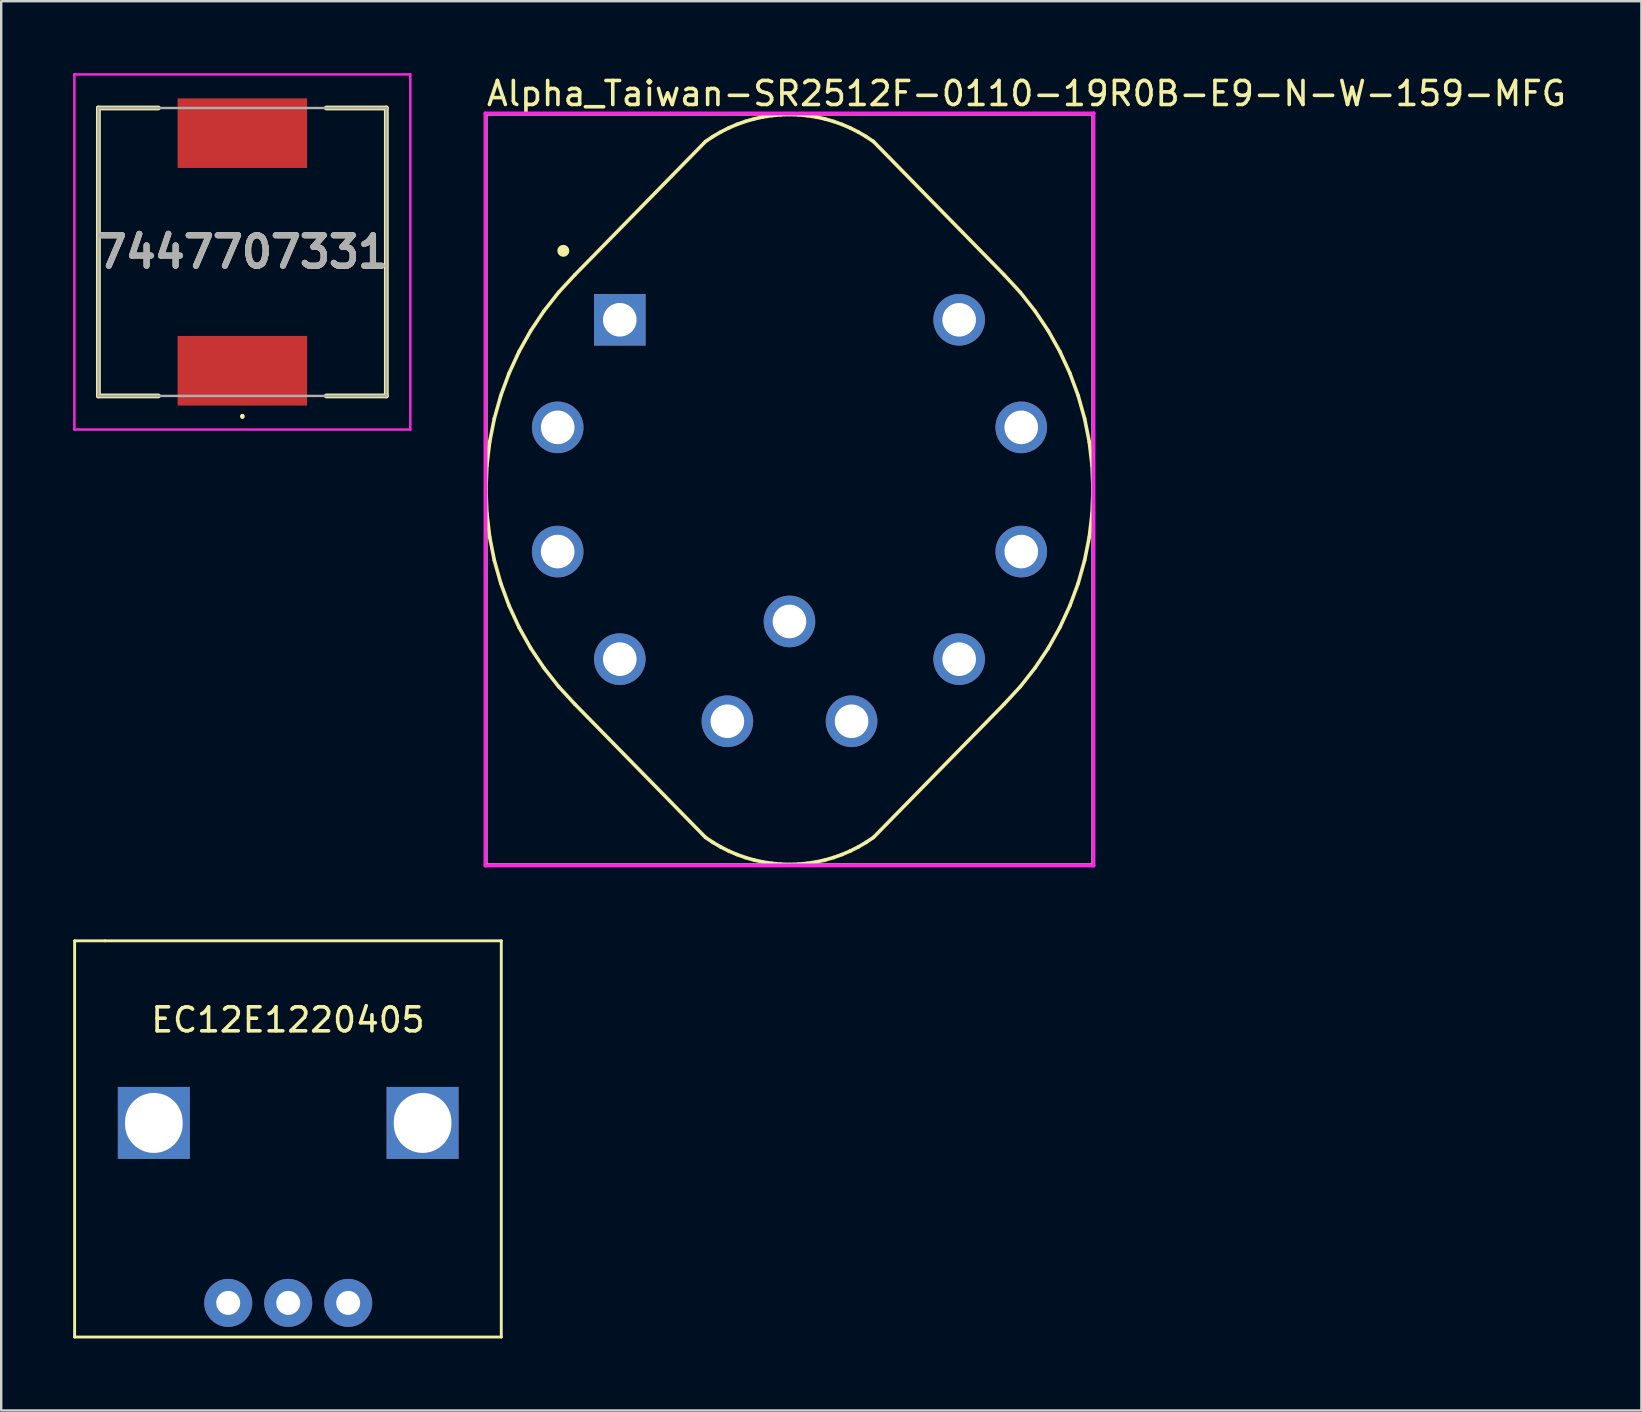
<source format=kicad_pcb>
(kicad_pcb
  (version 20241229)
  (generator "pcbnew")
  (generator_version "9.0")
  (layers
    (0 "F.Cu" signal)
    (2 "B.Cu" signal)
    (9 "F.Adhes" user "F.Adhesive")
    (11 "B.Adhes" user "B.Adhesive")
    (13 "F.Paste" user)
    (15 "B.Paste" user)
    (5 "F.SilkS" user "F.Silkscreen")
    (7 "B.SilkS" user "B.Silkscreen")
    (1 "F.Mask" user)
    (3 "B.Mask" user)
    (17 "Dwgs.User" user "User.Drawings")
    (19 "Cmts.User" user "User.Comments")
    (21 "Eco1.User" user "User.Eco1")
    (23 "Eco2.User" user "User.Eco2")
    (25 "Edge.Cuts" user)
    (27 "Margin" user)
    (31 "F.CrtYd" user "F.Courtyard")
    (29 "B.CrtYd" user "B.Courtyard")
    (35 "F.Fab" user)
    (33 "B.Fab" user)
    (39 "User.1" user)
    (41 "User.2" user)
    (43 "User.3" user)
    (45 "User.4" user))
  (footprint "EC12E1220405"
    (layer "F.Cu")
    (at 8.95 38.952)
    (property "Reference" "EC12E1220405" (at 0 0.5 0) (layer "F.SilkS") (effects (font (size 1 1) (thickness 0.15))))
    (attr through_hole)
    (fp_line (start -8.89 -2.794) (end -7.62 -2.794) (stroke (width 0.12) (type solid)) (layer "F.SilkS"))
    (fp_line (start -8.89 13.716) (end -8.89 -2.794) (stroke (width 0.12) (type solid)) (layer "F.SilkS"))
    (fp_line (start -7.62 -2.794) (end 8.89 -2.794) (stroke (width 0.12) (type solid)) (layer "F.SilkS"))
    (fp_line (start 8.89 -2.794) (end 8.89 13.716) (stroke (width 0.12) (type solid)) (layer "F.SilkS"))
    (fp_line (start 8.89 13.716) (end -8.89 13.716) (stroke (width 0.12) (type solid)) (layer "F.SilkS"))
    (pad "" thru_hole rect (at -5.589 4.794) (size 3 3) (drill oval 2.4 2.5) (layers "*.Cu" "*.Mask"))
    (pad "" thru_hole rect (at 5.611 4.794) (size 3 3) (drill oval 2.4 2.5) (layers "*.Cu" "*.Mask"))
    (pad "1" thru_hole circle (at -2.489 12.294) (size 2 2) (drill 1) (layers "*.Cu" "*.Mask"))
    (pad "2" thru_hole circle (at 0.011 12.294) (size 2 2) (drill 1) (layers "*.Cu" "*.Mask"))
    (pad "3" thru_hole circle (at 2.511 12.294) (size 2 2) (drill 1) (layers "*.Cu" "*.Mask")))
  (footprint "Alpha_Taiwan-SR2512F-0110-19R0B-E9-N-W-159-MFG"
    (layer "F.Cu")
    (at 29.85 17.348)
    (property "Reference" "Alpha_Taiwan-SR2512F-0110-19R0B-E9-N-W-159-MFG" (at -12.7 -16.5 0) (layer "F.SilkS") (effects (font (size 1 1) (thickness 0.15)) (justify left)))
    (attr through_hole)
    (fp_line (start -12.65 0) (end -12.611 0.993) (stroke (width 0.15) (type solid)) (layer "F.SilkS"))
    (fp_line (start -12.611 -0.993) (end -12.65 0) (stroke (width 0.15) (type solid)) (layer "F.SilkS"))
    (fp_line (start -12.611 0.993) (end -12.494 1.979) (stroke (width 0.15) (type solid)) (layer "F.SilkS"))
    (fp_line (start -12.494 -1.979) (end -12.611 -0.993) (stroke (width 0.15) (type solid)) (layer "F.SilkS"))
    (fp_line (start -12.494 1.979) (end -12.3 2.953) (stroke (width 0.15) (type solid)) (layer "F.SilkS"))
    (fp_line (start -12.3 -2.953) (end -12.494 -1.979) (stroke (width 0.15) (type solid)) (layer "F.SilkS"))
    (fp_line (start -12.3 2.953) (end -12.031 3.909) (stroke (width 0.15) (type solid)) (layer "F.SilkS"))
    (fp_line (start -12.031 -3.909) (end -12.3 -2.953) (stroke (width 0.15) (type solid)) (layer "F.SilkS"))
    (fp_line (start -12.031 3.909) (end -11.687 4.841) (stroke (width 0.15) (type solid)) (layer "F.SilkS"))
    (fp_line (start -11.687 -4.841) (end -12.031 -3.909) (stroke (width 0.15) (type solid)) (layer "F.SilkS"))
    (fp_line (start -11.687 4.841) (end -11.271 5.743) (stroke (width 0.15) (type solid)) (layer "F.SilkS"))
    (fp_line (start -11.271 -5.743) (end -11.687 -4.841) (stroke (width 0.15) (type solid)) (layer "F.SilkS"))
    (fp_line (start -11.271 5.743) (end -10.786 6.61) (stroke (width 0.15) (type solid)) (layer "F.SilkS"))
    (fp_line (start -10.786 -6.61) (end -11.271 -5.743) (stroke (width 0.15) (type solid)) (layer "F.SilkS"))
    (fp_line (start -10.786 6.61) (end -10.234 7.435) (stroke (width 0.15) (type solid)) (layer "F.SilkS"))
    (fp_line (start -10.234 -7.435) (end -10.786 -6.61) (stroke (width 0.15) (type solid)) (layer "F.SilkS"))
    (fp_line (start -10.234 7.435) (end -9.619 8.216) (stroke (width 0.15) (type solid)) (layer "F.SilkS"))
    (fp_line (start -9.619 -8.216) (end -10.234 -7.435) (stroke (width 0.15) (type solid)) (layer "F.SilkS"))
    (fp_line (start -9.619 8.216) (end -8.945 8.945) (stroke (width 0.15) (type solid)) (layer "F.SilkS"))
    (fp_line (start -8.945 -8.945) (end -3.5 -14.5) (stroke (width 0.15) (type solid)) (layer "F.SilkS"))
    (fp_line (start -8.945 -8.945) (end -9.619 -8.216) (stroke (width 0.15) (type solid)) (layer "F.SilkS"))
    (fp_line (start -3.5 -14.5) (end -3.19 -14.708) (stroke (width 0.15) (type solid)) (layer "F.SilkS"))
    (fp_line (start -3.5 14.5) (end -8.945 8.945) (stroke (width 0.15) (type solid)) (layer "F.SilkS"))
    (fp_line (start -3.19 -14.708) (end -2.867 -14.897) (stroke (width 0.15) (type solid)) (layer "F.SilkS"))
    (fp_line (start -3.19 14.708) (end -3.5 14.5) (stroke (width 0.15) (type solid)) (layer "F.SilkS"))
    (fp_line (start -2.867 -14.897) (end -2.534 -15.065) (stroke (width 0.15) (type solid)) (layer "F.SilkS"))
    (fp_line (start -2.867 14.897) (end -3.19 14.708) (stroke (width 0.15) (type solid)) (layer "F.SilkS"))
    (fp_line (start -2.534 -15.065) (end -2.19 -15.213) (stroke (width 0.15) (type solid)) (layer "F.SilkS"))
    (fp_line (start -2.534 15.065) (end -2.867 14.897) (stroke (width 0.15) (type solid)) (layer "F.SilkS"))
    (fp_line (start -2.19 -15.213) (end -1.838 -15.338) (stroke (width 0.15) (type solid)) (layer "F.SilkS"))
    (fp_line (start -2.19 15.213) (end -2.534 15.065) (stroke (width 0.15) (type solid)) (layer "F.SilkS"))
    (fp_line (start -1.838 -15.338) (end -1.479 -15.441) (stroke (width 0.15) (type solid)) (layer "F.SilkS"))
    (fp_line (start -1.838 15.338) (end -2.19 15.213) (stroke (width 0.15) (type solid)) (layer "F.SilkS"))
    (fp_line (start -1.479 -15.441) (end -1.115 -15.522) (stroke (width 0.15) (type solid)) (layer "F.SilkS"))
    (fp_line (start -1.479 15.441) (end -1.838 15.338) (stroke (width 0.15) (type solid)) (layer "F.SilkS"))
    (fp_line (start -1.115 -15.522) (end -0.745 -15.58) (stroke (width 0.15) (type solid)) (layer "F.SilkS"))
    (fp_line (start -1.115 15.522) (end -1.479 15.441) (stroke (width 0.15) (type solid)) (layer "F.SilkS"))
    (fp_line (start -0.745 -15.58) (end -0.373 -15.615) (stroke (width 0.15) (type solid)) (layer "F.SilkS"))
    (fp_line (start -0.745 15.58) (end -1.115 15.522) (stroke (width 0.15) (type solid)) (layer "F.SilkS"))
    (fp_line (start -0.373 -15.615) (end 0 -15.627) (stroke (width 0.15) (type solid)) (layer "F.SilkS"))
    (fp_line (start -0.373 15.615) (end -0.745 15.58) (stroke (width 0.15) (type solid)) (layer "F.SilkS"))
    (fp_line (start 0 -15.627) (end 0.373 -15.615) (stroke (width 0.15) (type solid)) (layer "F.SilkS"))
    (fp_line (start 0 15.627) (end -0.373 15.615) (stroke (width 0.15) (type solid)) (layer "F.SilkS"))
    (fp_line (start 0.373 -15.615) (end 0.745 -15.58) (stroke (width 0.15) (type solid)) (layer "F.SilkS"))
    (fp_line (start 0.373 15.615) (end 0 15.627) (stroke (width 0.15) (type solid)) (layer "F.SilkS"))
    (fp_line (start 0.745 -15.58) (end 1.115 -15.522) (stroke (width 0.15) (type solid)) (layer "F.SilkS"))
    (fp_line (start 0.745 15.58) (end 0.373 15.615) (stroke (width 0.15) (type solid)) (layer "F.SilkS"))
    (fp_line (start 1.115 -15.522) (end 1.479 -15.441) (stroke (width 0.15) (type solid)) (layer "F.SilkS"))
    (fp_line (start 1.115 15.522) (end 0.745 15.58) (stroke (width 0.15) (type solid)) (layer "F.SilkS"))
    (fp_line (start 1.479 -15.441) (end 1.838 -15.338) (stroke (width 0.15) (type solid)) (layer "F.SilkS"))
    (fp_line (start 1.479 15.441) (end 1.115 15.522) (stroke (width 0.15) (type solid)) (layer "F.SilkS"))
    (fp_line (start 1.838 -15.338) (end 2.19 -15.213) (stroke (width 0.15) (type solid)) (layer "F.SilkS"))
    (fp_line (start 1.838 15.338) (end 1.479 15.441) (stroke (width 0.15) (type solid)) (layer "F.SilkS"))
    (fp_line (start 2.19 -15.213) (end 2.534 -15.065) (stroke (width 0.15) (type solid)) (layer "F.SilkS"))
    (fp_line (start 2.19 15.213) (end 1.838 15.338) (stroke (width 0.15) (type solid)) (layer "F.SilkS"))
    (fp_line (start 2.534 -15.065) (end 2.867 -14.897) (stroke (width 0.15) (type solid)) (layer "F.SilkS"))
    (fp_line (start 2.534 15.065) (end 2.19 15.213) (stroke (width 0.15) (type solid)) (layer "F.SilkS"))
    (fp_line (start 2.867 -14.897) (end 3.19 -14.708) (stroke (width 0.15) (type solid)) (layer "F.SilkS"))
    (fp_line (start 2.867 14.897) (end 2.534 15.065) (stroke (width 0.15) (type solid)) (layer "F.SilkS"))
    (fp_line (start 3.19 -14.708) (end 3.5 -14.5) (stroke (width 0.15) (type solid)) (layer "F.SilkS"))
    (fp_line (start 3.19 14.708) (end 2.867 14.897) (stroke (width 0.15) (type solid)) (layer "F.SilkS"))
    (fp_line (start 3.5 -14.5) (end 8.945 -8.945) (stroke (width 0.15) (type solid)) (layer "F.SilkS"))
    (fp_line (start 3.5 14.5) (end 3.19 14.708) (stroke (width 0.15) (type solid)) (layer "F.SilkS"))
    (fp_line (start 8.945 -8.945) (end 9.619 -8.216) (stroke (width 0.15) (type solid)) (layer "F.SilkS"))
    (fp_line (start 8.945 8.945) (end 3.5 14.5) (stroke (width 0.15) (type solid)) (layer "F.SilkS"))
    (fp_line (start 9.619 -8.216) (end 10.234 -7.435) (stroke (width 0.15) (type solid)) (layer "F.SilkS"))
    (fp_line (start 9.619 8.216) (end 8.945 8.945) (stroke (width 0.15) (type solid)) (layer "F.SilkS"))
    (fp_line (start 10.234 -7.435) (end 10.786 -6.61) (stroke (width 0.15) (type solid)) (layer "F.SilkS"))
    (fp_line (start 10.234 7.435) (end 9.619 8.216) (stroke (width 0.15) (type solid)) (layer "F.SilkS"))
    (fp_line (start 10.786 -6.61) (end 11.271 -5.743) (stroke (width 0.15) (type solid)) (layer "F.SilkS"))
    (fp_line (start 10.786 6.61) (end 10.234 7.435) (stroke (width 0.15) (type solid)) (layer "F.SilkS"))
    (fp_line (start 11.271 -5.743) (end 11.687 -4.841) (stroke (width 0.15) (type solid)) (layer "F.SilkS"))
    (fp_line (start 11.271 5.743) (end 10.786 6.61) (stroke (width 0.15) (type solid)) (layer "F.SilkS"))
    (fp_line (start 11.687 -4.841) (end 12.031 -3.909) (stroke (width 0.15) (type solid)) (layer "F.SilkS"))
    (fp_line (start 11.687 4.841) (end 11.271 5.743) (stroke (width 0.15) (type solid)) (layer "F.SilkS"))
    (fp_line (start 12.031 -3.909) (end 12.3 -2.953) (stroke (width 0.15) (type solid)) (layer "F.SilkS"))
    (fp_line (start 12.031 3.909) (end 11.687 4.841) (stroke (width 0.15) (type solid)) (layer "F.SilkS"))
    (fp_line (start 12.3 -2.953) (end 12.494 -1.979) (stroke (width 0.15) (type solid)) (layer "F.SilkS"))
    (fp_line (start 12.3 2.953) (end 12.031 3.909) (stroke (width 0.15) (type solid)) (layer "F.SilkS"))
    (fp_line (start 12.494 -1.979) (end 12.611 -0.993) (stroke (width 0.15) (type solid)) (layer "F.SilkS"))
    (fp_line (start 12.494 1.979) (end 12.3 2.953) (stroke (width 0.15) (type solid)) (layer "F.SilkS"))
    (fp_line (start 12.611 -0.993) (end 12.65 -0.000001) (stroke (width 0.15) (type solid)) (layer "F.SilkS"))
    (fp_line (start 12.611 0.993) (end 12.494 1.979) (stroke (width 0.15) (type solid)) (layer "F.SilkS"))
    (fp_line (start 12.65 -0.000001) (end 12.611 0.993) (stroke (width 0.15) (type solid)) (layer "F.SilkS"))
    (fp_circle (center -9.425 -9.946) (end -9.3 -9.946) (stroke (width 0.25) (type solid)) (fill no) (layer "F.SilkS"))
    (fp_line (start -12.675 -15.675) (end -12.675 15.675) (stroke (width 0.15) (type solid)) (layer "F.CrtYd"))
    (fp_line (start -12.675 15.675) (end 12.675 15.675) (stroke (width 0.15) (type solid)) (layer "F.CrtYd"))
    (fp_line (start 12.675 -15.675) (end -12.675 -15.675) (stroke (width 0.15) (type solid)) (layer "F.CrtYd"))
    (fp_line (start 12.675 -15.675) (end 12.675 -15.675) (stroke (width 0.15) (type solid)) (layer "F.CrtYd"))
    (fp_line (start 12.675 15.675) (end 12.675 -15.675) (stroke (width 0.15) (type solid)) (layer "F.CrtYd"))
    (fp_line (start -12.65 -15.65) (end 12.65 -15.65) (stroke (width 0.15) (type solid)) (layer "F.Fab"))
    (fp_line (start -12.65 15.65) (end -12.65 -15.65) (stroke (width 0.15) (type solid)) (layer "F.Fab"))
    (fp_line (start 12.65 -15.65) (end 12.65 15.65) (stroke (width 0.15) (type solid)) (layer "F.Fab"))
    (fp_line (start 12.65 15.65) (end -12.65 15.65) (stroke (width 0.15) (type solid)) (layer "F.Fab"))
    (pad "1" thru_hole rect (at -7.071 -7.071) (size 2.15 2.15) (drill 1.4) (layers "*.Cu"))
    (pad "2" thru_hole circle (at -9.659 -2.588) (size 2.15 2.15) (drill 1.4) (layers "*.Cu"))
    (pad "3" thru_hole circle (at -9.659 2.588) (size 2.15 2.15) (drill 1.4) (layers "*.Cu"))
    (pad "4" thru_hole circle (at -7.071 7.071) (size 2.15 2.15) (drill 1.4) (layers "*.Cu"))
    (pad "5" thru_hole circle (at -2.588 9.659) (size 2.15 2.15) (drill 1.4) (layers "*.Cu"))
    (pad "6" thru_hole circle (at 2.588 9.659) (size 2.15 2.15) (drill 1.4) (layers "*.Cu"))
    (pad "7" thru_hole circle (at 7.071 7.071) (size 2.15 2.15) (drill 1.4) (layers "*.Cu"))
    (pad "8" thru_hole circle (at 9.659 2.588) (size 2.15 2.15) (drill 1.4) (layers "*.Cu"))
    (pad "9" thru_hole circle (at 9.659 -2.588) (size 2.15 2.15) (drill 1.4) (layers "*.Cu"))
    (pad "10" thru_hole circle (at 7.071 -7.071) (size 2.15 2.15) (drill 1.4) (layers "*.Cu"))
    (pad "11" thru_hole circle (at 0 5.5) (size 2.15 2.15) (drill 1.4) (layers "*.Cu")))
  (footprint "7447707331"
    (layer "F.Cu")
    (at 7.05 7.45)
    (property "Reference" "7447707331" (at 0 0 0) (layer "F.SilkS") (effects (font (size 1.27 1.27) (thickness 0.254))))
    (attr smd)
    (fp_line (start -6 -6) (end -6 6) (stroke (width 0.2) (type solid)) (layer "F.SilkS"))
    (fp_line (start -6 6) (end -3.5 6) (stroke (width 0.2) (type solid)) (layer "F.SilkS"))
    (fp_line (start -3.5 -6) (end -6 -6) (stroke (width 0.2) (type solid)) (layer "F.SilkS"))
    (fp_line (start 0 6.8) (end 0 6.8) (stroke (width 0.1) (type solid)) (layer "F.SilkS"))
    (fp_line (start 0 6.9) (end 0 6.9) (stroke (width 0.1) (type solid)) (layer "F.SilkS"))
    (fp_line (start 3.5 -6) (end 6 -6) (stroke (width 0.2) (type solid)) (layer "F.SilkS"))
    (fp_line (start 6 -6) (end 6 6) (stroke (width 0.2) (type solid)) (layer "F.SilkS"))
    (fp_line (start 6 6) (end 3.5 6) (stroke (width 0.2) (type solid)) (layer "F.SilkS"))
    (fp_arc (start 0 6.8) (mid 0.05 6.85) (end 0 6.9) (stroke (width 0.1) (type solid)) (layer "F.SilkS"))
    (fp_arc (start 0 6.9) (mid -0.05 6.85) (end 0 6.8) (stroke (width 0.1) (type solid)) (layer "F.SilkS"))
    (fp_line (start -7 -7.4) (end 7 -7.4) (stroke (width 0.1) (type solid)) (layer "F.CrtYd"))
    (fp_line (start -7 7.4) (end -7 -7.4) (stroke (width 0.1) (type solid)) (layer "F.CrtYd"))
    (fp_line (start 7 -7.4) (end 7 7.4) (stroke (width 0.1) (type solid)) (layer "F.CrtYd"))
    (fp_line (start 7 7.4) (end -7 7.4) (stroke (width 0.1) (type solid)) (layer "F.CrtYd"))
    (fp_line (start -6 -6) (end 6 -6) (stroke (width 0.1) (type solid)) (layer "F.Fab"))
    (fp_line (start -6 6) (end -6 -6) (stroke (width 0.1) (type solid)) (layer "F.Fab"))
    (fp_line (start 6 -6) (end 6 6) (stroke (width 0.1) (type solid)) (layer "F.Fab"))
    (fp_line (start 6 6) (end -6 6) (stroke (width 0.1) (type solid)) (layer "F.Fab"))
    (fp_text user "${REFERENCE}" (at 0 0 0) (layer "F.Fab") (effects (font (size 1.27 1.27) (thickness 0.254))))
    (pad "1" smd rect (at 0 4.95 90) (size 2.9 5.4) (layers "F.Cu" "F.Mask" "F.Paste"))
    (pad "2" smd rect (at 0 -4.95 90) (size 2.9 5.4) (layers "F.Cu" "F.Mask" "F.Paste")))
  (gr_rect
    (start -3 -3)
    (end 65.352 55.728)
    (stroke (width 0.1) (type default))
    (fill no)
    (layer "Edge.Cuts")))
</source>
